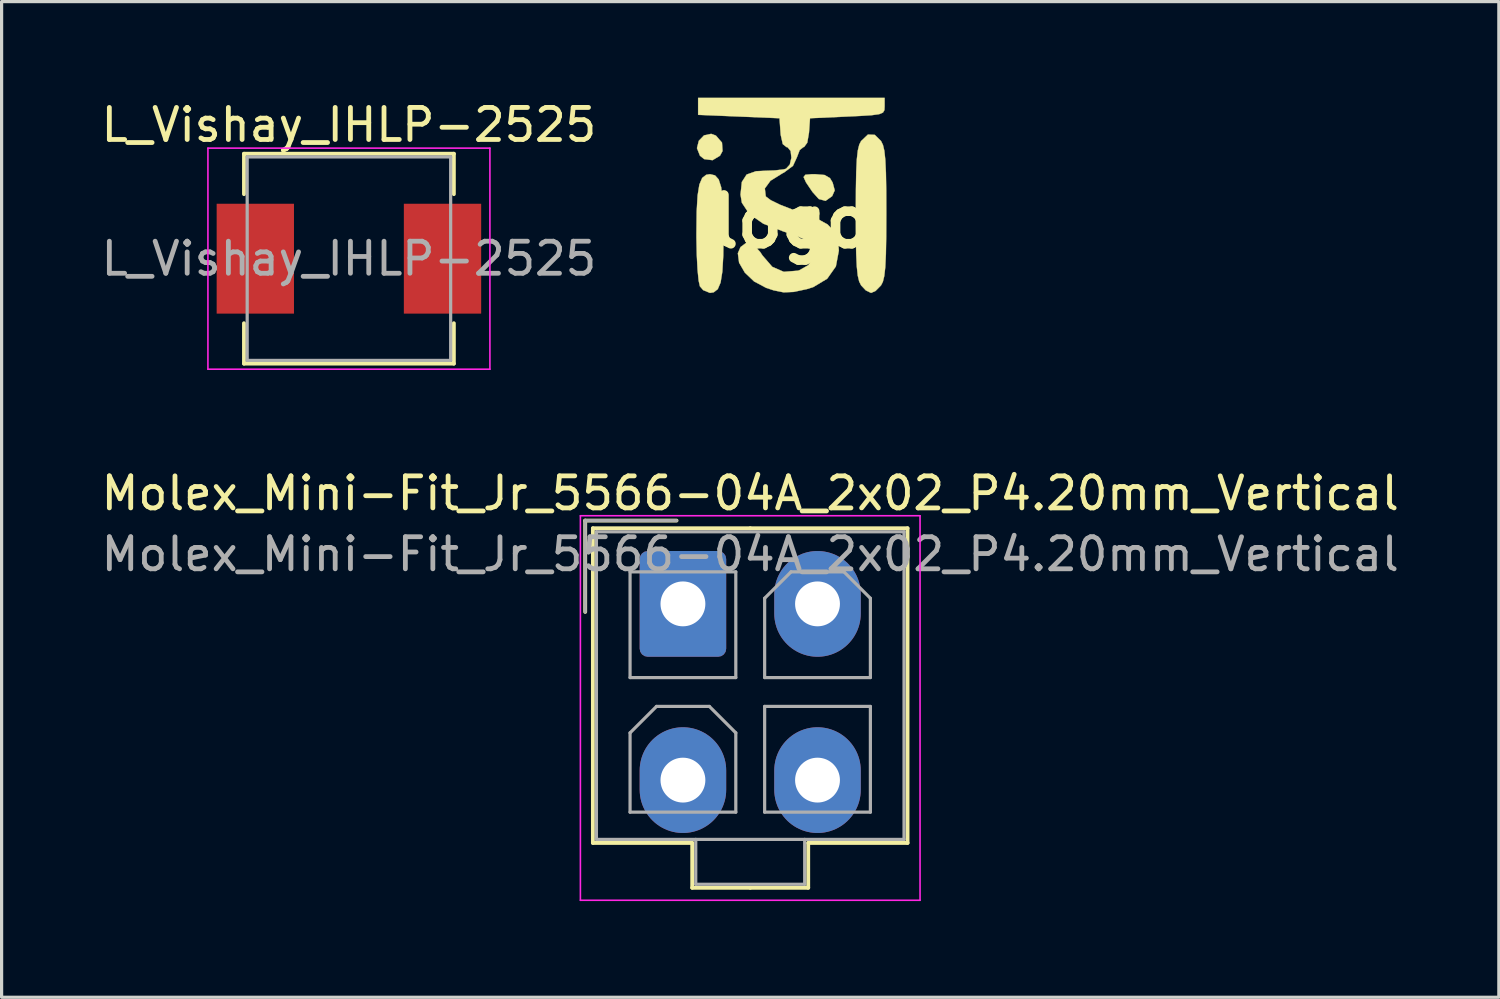
<source format=kicad_pcb>
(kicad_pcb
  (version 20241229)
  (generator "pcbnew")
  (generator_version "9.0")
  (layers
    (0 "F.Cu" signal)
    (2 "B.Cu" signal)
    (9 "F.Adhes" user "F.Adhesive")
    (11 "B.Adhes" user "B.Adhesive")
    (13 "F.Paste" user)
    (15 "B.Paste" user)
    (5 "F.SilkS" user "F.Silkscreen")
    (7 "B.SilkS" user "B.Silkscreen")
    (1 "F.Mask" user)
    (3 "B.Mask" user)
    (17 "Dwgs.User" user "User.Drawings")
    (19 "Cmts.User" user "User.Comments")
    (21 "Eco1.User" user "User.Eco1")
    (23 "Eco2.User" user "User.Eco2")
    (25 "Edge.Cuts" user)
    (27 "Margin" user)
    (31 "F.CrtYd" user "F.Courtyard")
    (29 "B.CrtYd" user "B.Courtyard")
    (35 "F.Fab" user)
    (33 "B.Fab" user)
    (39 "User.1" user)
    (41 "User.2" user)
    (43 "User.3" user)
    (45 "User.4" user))
  (footprint "logo"
    (layer "F.Cu")
    (at 21.647 3.868)
    (property "Reference" "logo" (at 0 0 0) (layer "F.SilkS") (effects (font (size 1.524 1.524) (thickness 0.3))))
    (attr through_hole)
    (fp_poly (pts (xy -2.355 -2.687) (xy -2.165 -2.468) (xy -2.148 -2.205) (xy -2.227 -2.059) (xy -2.46 -1.919) (xy -2.721 -1.953) (xy -2.853 -2.059) (xy -2.946 -2.295) (xy -2.888 -2.525) (xy -2.726 -2.693) (xy -2.503 -2.741) (xy -2.355 -2.687)) (stroke (width 0.01) (type solid)) (fill yes) (layer "F.SilkS"))
    (fp_poly (pts (xy 1.036 -1.457) (xy 1.204 -1.36) (xy 1.288 -1.22) (xy 1.353 -0.978) (xy 1.273 -0.797) (xy 1.067 -0.65) (xy 0.857 -0.707) (xy 0.66 -0.926) (xy 0.457 -1.226) (xy 0.381 -1.393) (xy 0.437 -1.464) (xy 0.63 -1.481) (xy 0.737 -1.482) (xy 1.036 -1.457)) (stroke (width 0.01) (type solid)) (fill yes) (layer "F.SilkS"))
    (fp_poly (pts (xy -2.383 -1.445) (xy -2.269 -1.319) (xy -2.191 -1.077) (xy -2.143 -0.694) (xy -2.121 -0.144) (xy -2.117 0.37) (xy -2.125 1.057) (xy -2.154 1.558) (xy -2.209 1.899) (xy -2.297 2.106) (xy -2.423 2.204) (xy -2.54 2.223) (xy -2.751 2.137) (xy -2.854 2.018) (xy -2.894 1.84) (xy -2.928 1.496) (xy -2.952 1.032) (xy -2.963 0.495) (xy -2.963 0.37) (xy -2.955 -0.316) (xy -2.926 -0.817) (xy -2.871 -1.158) (xy -2.783 -1.365) (xy -2.657 -1.463) (xy -2.54 -1.482) (xy -2.383 -1.445)) (stroke (width 0.01) (type solid)) (fill yes) (layer "F.SilkS"))
    (fp_poly (pts (xy 2.603 -2.709) (xy 2.799 -2.516) (xy 2.858 -2.396) (xy 2.902 -2.211) (xy 2.932 -1.93) (xy 2.951 -1.525) (xy 2.961 -0.966) (xy 2.963 -0.265) (xy 2.96 0.468) (xy 2.95 1.019) (xy 2.931 1.417) (xy 2.9 1.693) (xy 2.856 1.874) (xy 2.799 1.987) (xy 2.626 2.163) (xy 2.487 2.223) (xy 2.322 2.143) (xy 2.176 1.987) (xy 2.116 1.867) (xy 2.072 1.682) (xy 2.042 1.401) (xy 2.023 0.996) (xy 2.013 0.437) (xy 2.011 -0.265) (xy 2.014 -0.998) (xy 2.024 -1.548) (xy 2.043 -1.947) (xy 2.074 -2.222) (xy 2.119 -2.404) (xy 2.176 -2.516) (xy 2.39 -2.719) (xy 2.603 -2.709)) (stroke (width 0.01) (type solid)) (fill yes) (layer "F.SilkS"))
    (fp_poly (pts (xy 2.91 -3.598) (xy 2.904 -3.483) (xy 2.859 -3.405) (xy 2.739 -3.355) (xy 2.508 -3.323) (xy 2.128 -3.299) (xy 1.746 -3.281) (xy 0.582 -3.228) (xy 0.55 -2.778) (xy 0.496 -2.465) (xy 0.398 -2.331) (xy 0.378 -2.328) (xy 0.261 -2.237) (xy 0.176 -2.016) (xy 0.175 -2.013) (xy 0.05 -1.742) (xy -0.228 -1.535) (xy -0.278 -1.51) (xy -0.652 -1.278) (xy -0.828 -1.037) (xy -0.8 -0.798) (xy -0.79 -0.78) (xy -0.644 -0.671) (xy -0.349 -0.527) (xy 0.042 -0.375) (xy 0.207 -0.319) (xy 0.758 -0.117) (xy 1.129 0.085) (xy 1.353 0.318) (xy 1.46 0.61) (xy 1.482 0.903) (xy 1.389 1.396) (xy 1.118 1.78) (xy 0.682 2.042) (xy 0.484 2.104) (xy 0.073 2.192) (xy -0.239 2.206) (xy -0.552 2.143) (xy -0.79 2.064) (xy -1.162 1.866) (xy -1.452 1.59) (xy -1.631 1.281) (xy -1.67 0.985) (xy -1.586 0.792) (xy -1.396 0.651) (xy -1.199 0.699) (xy -0.976 0.943) (xy -0.901 1.056) (xy -0.595 1.41) (xy -0.237 1.565) (xy 0.199 1.53) (xy 0.244 1.518) (xy 0.526 1.359) (xy 0.695 1.116) (xy 0.718 0.85) (xy 0.641 0.695) (xy 0.476 0.585) (xy 0.17 0.45) (xy -0.213 0.317) (xy -0.242 0.308) (xy -0.877 0.062) (xy -1.312 -0.239) (xy -1.545 -0.592) (xy -1.587 -0.845) (xy -1.545 -1.24) (xy -1.396 -1.471) (xy -1.104 -1.574) (xy -0.852 -1.587) (xy -0.511 -1.6) (xy -0.242 -1.632) (xy -0.167 -1.652) (xy -0.049 -1.781) (xy 0.001 -1.994) (xy -0.022 -2.203) (xy -0.118 -2.323) (xy -0.153 -2.328) (xy -0.268 -2.421) (xy -0.332 -2.707) (xy -0.338 -2.778) (xy -0.37 -3.228) (xy -2.91 -3.334) (xy -2.91 -3.863) (xy 2.91 -3.863) (xy 2.91 -3.598)) (stroke (width 0.01) (type solid)) (fill yes) (layer "F.SilkS")))
  (footprint "Molex_Mini-Fit_Jr_5566-04A_2x02_P4.20mm_Vertical"
    (layer "F.Cu")
    (at 18.263 15.796)
    (property "Reference" "Molex_Mini-Fit_Jr_5566-04A_2x02_P4.20mm_Vertical" (at 2.1 -3.45 0) (layer "F.SilkS") (effects (font (size 1 1) (thickness 0.15))))
    (attr through_hole)
    (fp_line (start -3.05 -2.6) (end -3.05 0.25) (stroke (width 0.12) (type solid)) (layer "F.SilkS"))
    (fp_line (start -2.81 -2.36) (end -2.81 7.46) (stroke (width 0.12) (type solid)) (layer "F.SilkS"))
    (fp_line (start -2.81 7.46) (end 0.29 7.46) (stroke (width 0.12) (type solid)) (layer "F.SilkS"))
    (fp_line (start -0.2 -2.6) (end -3.05 -2.6) (stroke (width 0.12) (type solid)) (layer "F.SilkS"))
    (fp_line (start 0.29 7.46) (end 0.29 8.86) (stroke (width 0.12) (type solid)) (layer "F.SilkS"))
    (fp_line (start 0.29 8.86) (end 2.1 8.86) (stroke (width 0.12) (type solid)) (layer "F.SilkS"))
    (fp_line (start 2.1 -2.36) (end -2.81 -2.36) (stroke (width 0.12) (type solid)) (layer "F.SilkS"))
    (fp_line (start 2.1 -2.36) (end 7.01 -2.36) (stroke (width 0.12) (type solid)) (layer "F.SilkS"))
    (fp_line (start 3.91 7.46) (end 3.91 8.86) (stroke (width 0.12) (type solid)) (layer "F.SilkS"))
    (fp_line (start 3.91 8.86) (end 2.1 8.86) (stroke (width 0.12) (type solid)) (layer "F.SilkS"))
    (fp_line (start 7.01 -2.36) (end 7.01 7.46) (stroke (width 0.12) (type solid)) (layer "F.SilkS"))
    (fp_line (start 7.01 7.46) (end 3.91 7.46) (stroke (width 0.12) (type solid)) (layer "F.SilkS"))
    (fp_line (start -3.2 -2.75) (end -3.2 9.25) (stroke (width 0.05) (type solid)) (layer "F.CrtYd"))
    (fp_line (start -3.2 9.25) (end 7.4 9.25) (stroke (width 0.05) (type solid)) (layer "F.CrtYd"))
    (fp_line (start 7.4 -2.75) (end -3.2 -2.75) (stroke (width 0.05) (type solid)) (layer "F.CrtYd"))
    (fp_line (start 7.4 9.25) (end 7.4 -2.75) (stroke (width 0.05) (type solid)) (layer "F.CrtYd"))
    (fp_line (start -3.05 -2.6) (end -3.05 0.25) (stroke (width 0.1) (type solid)) (layer "F.Fab"))
    (fp_line (start -2.7 -2.25) (end -2.7 7.35) (stroke (width 0.1) (type solid)) (layer "F.Fab"))
    (fp_line (start -2.7 7.35) (end 6.9 7.35) (stroke (width 0.1) (type solid)) (layer "F.Fab"))
    (fp_line (start -1.65 -1) (end -1.65 2.3) (stroke (width 0.1) (type solid)) (layer "F.Fab"))
    (fp_line (start -1.65 2.3) (end 1.65 2.3) (stroke (width 0.1) (type solid)) (layer "F.Fab"))
    (fp_line (start -1.65 4.025) (end -0.825 3.2) (stroke (width 0.1) (type solid)) (layer "F.Fab"))
    (fp_line (start -1.65 6.5) (end -1.65 4.025) (stroke (width 0.1) (type solid)) (layer "F.Fab"))
    (fp_line (start -0.825 3.2) (end 0.825 3.2) (stroke (width 0.1) (type solid)) (layer "F.Fab"))
    (fp_line (start -0.2 -2.6) (end -3.05 -2.6) (stroke (width 0.1) (type solid)) (layer "F.Fab"))
    (fp_line (start 0.4 7.35) (end 0.4 8.75) (stroke (width 0.1) (type solid)) (layer "F.Fab"))
    (fp_line (start 0.4 8.75) (end 3.8 8.75) (stroke (width 0.1) (type solid)) (layer "F.Fab"))
    (fp_line (start 0.825 3.2) (end 1.65 4.025) (stroke (width 0.1) (type solid)) (layer "F.Fab"))
    (fp_line (start 1.65 -1) (end -1.65 -1) (stroke (width 0.1) (type solid)) (layer "F.Fab"))
    (fp_line (start 1.65 2.3) (end 1.65 -1) (stroke (width 0.1) (type solid)) (layer "F.Fab"))
    (fp_line (start 1.65 4.025) (end 1.65 6.5) (stroke (width 0.1) (type solid)) (layer "F.Fab"))
    (fp_line (start 1.65 6.5) (end -1.65 6.5) (stroke (width 0.1) (type solid)) (layer "F.Fab"))
    (fp_line (start 2.55 -0.175) (end 3.375 -1) (stroke (width 0.1) (type solid)) (layer "F.Fab"))
    (fp_line (start 2.55 2.3) (end 2.55 -0.175) (stroke (width 0.1) (type solid)) (layer "F.Fab"))
    (fp_line (start 2.55 3.2) (end 2.55 6.5) (stroke (width 0.1) (type solid)) (layer "F.Fab"))
    (fp_line (start 2.55 6.5) (end 5.85 6.5) (stroke (width 0.1) (type solid)) (layer "F.Fab"))
    (fp_line (start 3.375 -1) (end 5.025 -1) (stroke (width 0.1) (type solid)) (layer "F.Fab"))
    (fp_line (start 3.8 8.75) (end 3.8 7.35) (stroke (width 0.1) (type solid)) (layer "F.Fab"))
    (fp_line (start 5.025 -1) (end 5.85 -0.175) (stroke (width 0.1) (type solid)) (layer "F.Fab"))
    (fp_line (start 5.85 -0.175) (end 5.85 2.3) (stroke (width 0.1) (type solid)) (layer "F.Fab"))
    (fp_line (start 5.85 2.3) (end 2.55 2.3) (stroke (width 0.1) (type solid)) (layer "F.Fab"))
    (fp_line (start 5.85 3.2) (end 2.55 3.2) (stroke (width 0.1) (type solid)) (layer "F.Fab"))
    (fp_line (start 5.85 6.5) (end 5.85 3.2) (stroke (width 0.1) (type solid)) (layer "F.Fab"))
    (fp_line (start 6.9 -2.25) (end -2.7 -2.25) (stroke (width 0.1) (type solid)) (layer "F.Fab"))
    (fp_line (start 6.9 7.35) (end 6.9 -2.25) (stroke (width 0.1) (type solid)) (layer "F.Fab"))
    (fp_text user "${REFERENCE}" (at 2.1 -1.55 0) (layer "F.Fab") (effects (font (size 1 1) (thickness 0.15))))
    (pad "1" thru_hole roundrect (at 0 0) (size 2.7 3.3) (drill 1.4) (layers "*.Cu" "*.Mask") (roundrect_rratio 0.093))
    (pad "2" thru_hole oval (at 4.2 0) (size 2.7 3.3) (drill 1.4) (layers "*.Cu" "*.Mask"))
    (pad "3" thru_hole oval (at 0 5.5) (size 2.7 3.3) (drill 1.4) (layers "*.Cu" "*.Mask"))
    (pad "4" thru_hole oval (at 4.2 5.5) (size 2.7 3.3) (drill 1.4) (layers "*.Cu" "*.Mask")))
  (footprint "L_Vishay_IHLP-2525"
    (layer "F.Cu")
    (at 7.839 5.023)
    (property "Reference" "L_Vishay_IHLP-2525" (at 0 -4.175 0) (layer "F.SilkS") (effects (font (size 1 1) (thickness 0.15))))
    (attr smd)
    (fp_line (start -3.275 -3.275) (end 3.275 -3.275) (stroke (width 0.12) (type solid)) (layer "F.SilkS"))
    (fp_line (start -3.275 -2.014) (end -3.275 -3.275) (stroke (width 0.12) (type solid)) (layer "F.SilkS"))
    (fp_line (start -3.275 2.014) (end -3.275 3.275) (stroke (width 0.12) (type solid)) (layer "F.SilkS"))
    (fp_line (start -3.275 3.275) (end 3.275 3.275) (stroke (width 0.12) (type solid)) (layer "F.SilkS"))
    (fp_line (start 3.275 -3.275) (end 3.275 -2.014) (stroke (width 0.12) (type solid)) (layer "F.SilkS"))
    (fp_line (start 3.275 3.275) (end 3.275 2.014) (stroke (width 0.12) (type solid)) (layer "F.SilkS"))
    (fp_line (start -4.4 -3.45) (end -4.4 3.45) (stroke (width 0.05) (type solid)) (layer "F.CrtYd"))
    (fp_line (start -4.4 3.45) (end 4.4 3.45) (stroke (width 0.05) (type solid)) (layer "F.CrtYd"))
    (fp_line (start 4.4 -3.45) (end -4.4 -3.45) (stroke (width 0.05) (type solid)) (layer "F.CrtYd"))
    (fp_line (start 4.4 3.45) (end 4.4 -3.45) (stroke (width 0.05) (type solid)) (layer "F.CrtYd"))
    (fp_line (start -3.175 -3.175) (end -3.175 3.175) (stroke (width 0.1) (type solid)) (layer "F.Fab"))
    (fp_line (start -3.175 3.175) (end 3.175 3.175) (stroke (width 0.1) (type solid)) (layer "F.Fab"))
    (fp_line (start 3.175 -3.175) (end -3.175 -3.175) (stroke (width 0.1) (type solid)) (layer "F.Fab"))
    (fp_line (start 3.175 3.175) (end 3.175 -3.175) (stroke (width 0.1) (type solid)) (layer "F.Fab"))
    (fp_text user "${REFERENCE}" (at 0 0 0) (layer "F.Fab") (effects (font (size 1 1) (thickness 0.15))))
    (pad "1" smd rect (at -2.921 0) (size 2.413 3.429) (layers "F.Cu" "F.Mask" "F.Paste"))
    (pad "2" smd rect (at 2.921 0) (size 2.413 3.429) (layers "F.Cu" "F.Mask" "F.Paste")))
  (gr_rect
    (start -3 -3)
    (end 43.726 28.072)
    (stroke (width 0.1) (type default))
    (fill no)
    (layer "Edge.Cuts")))
</source>
